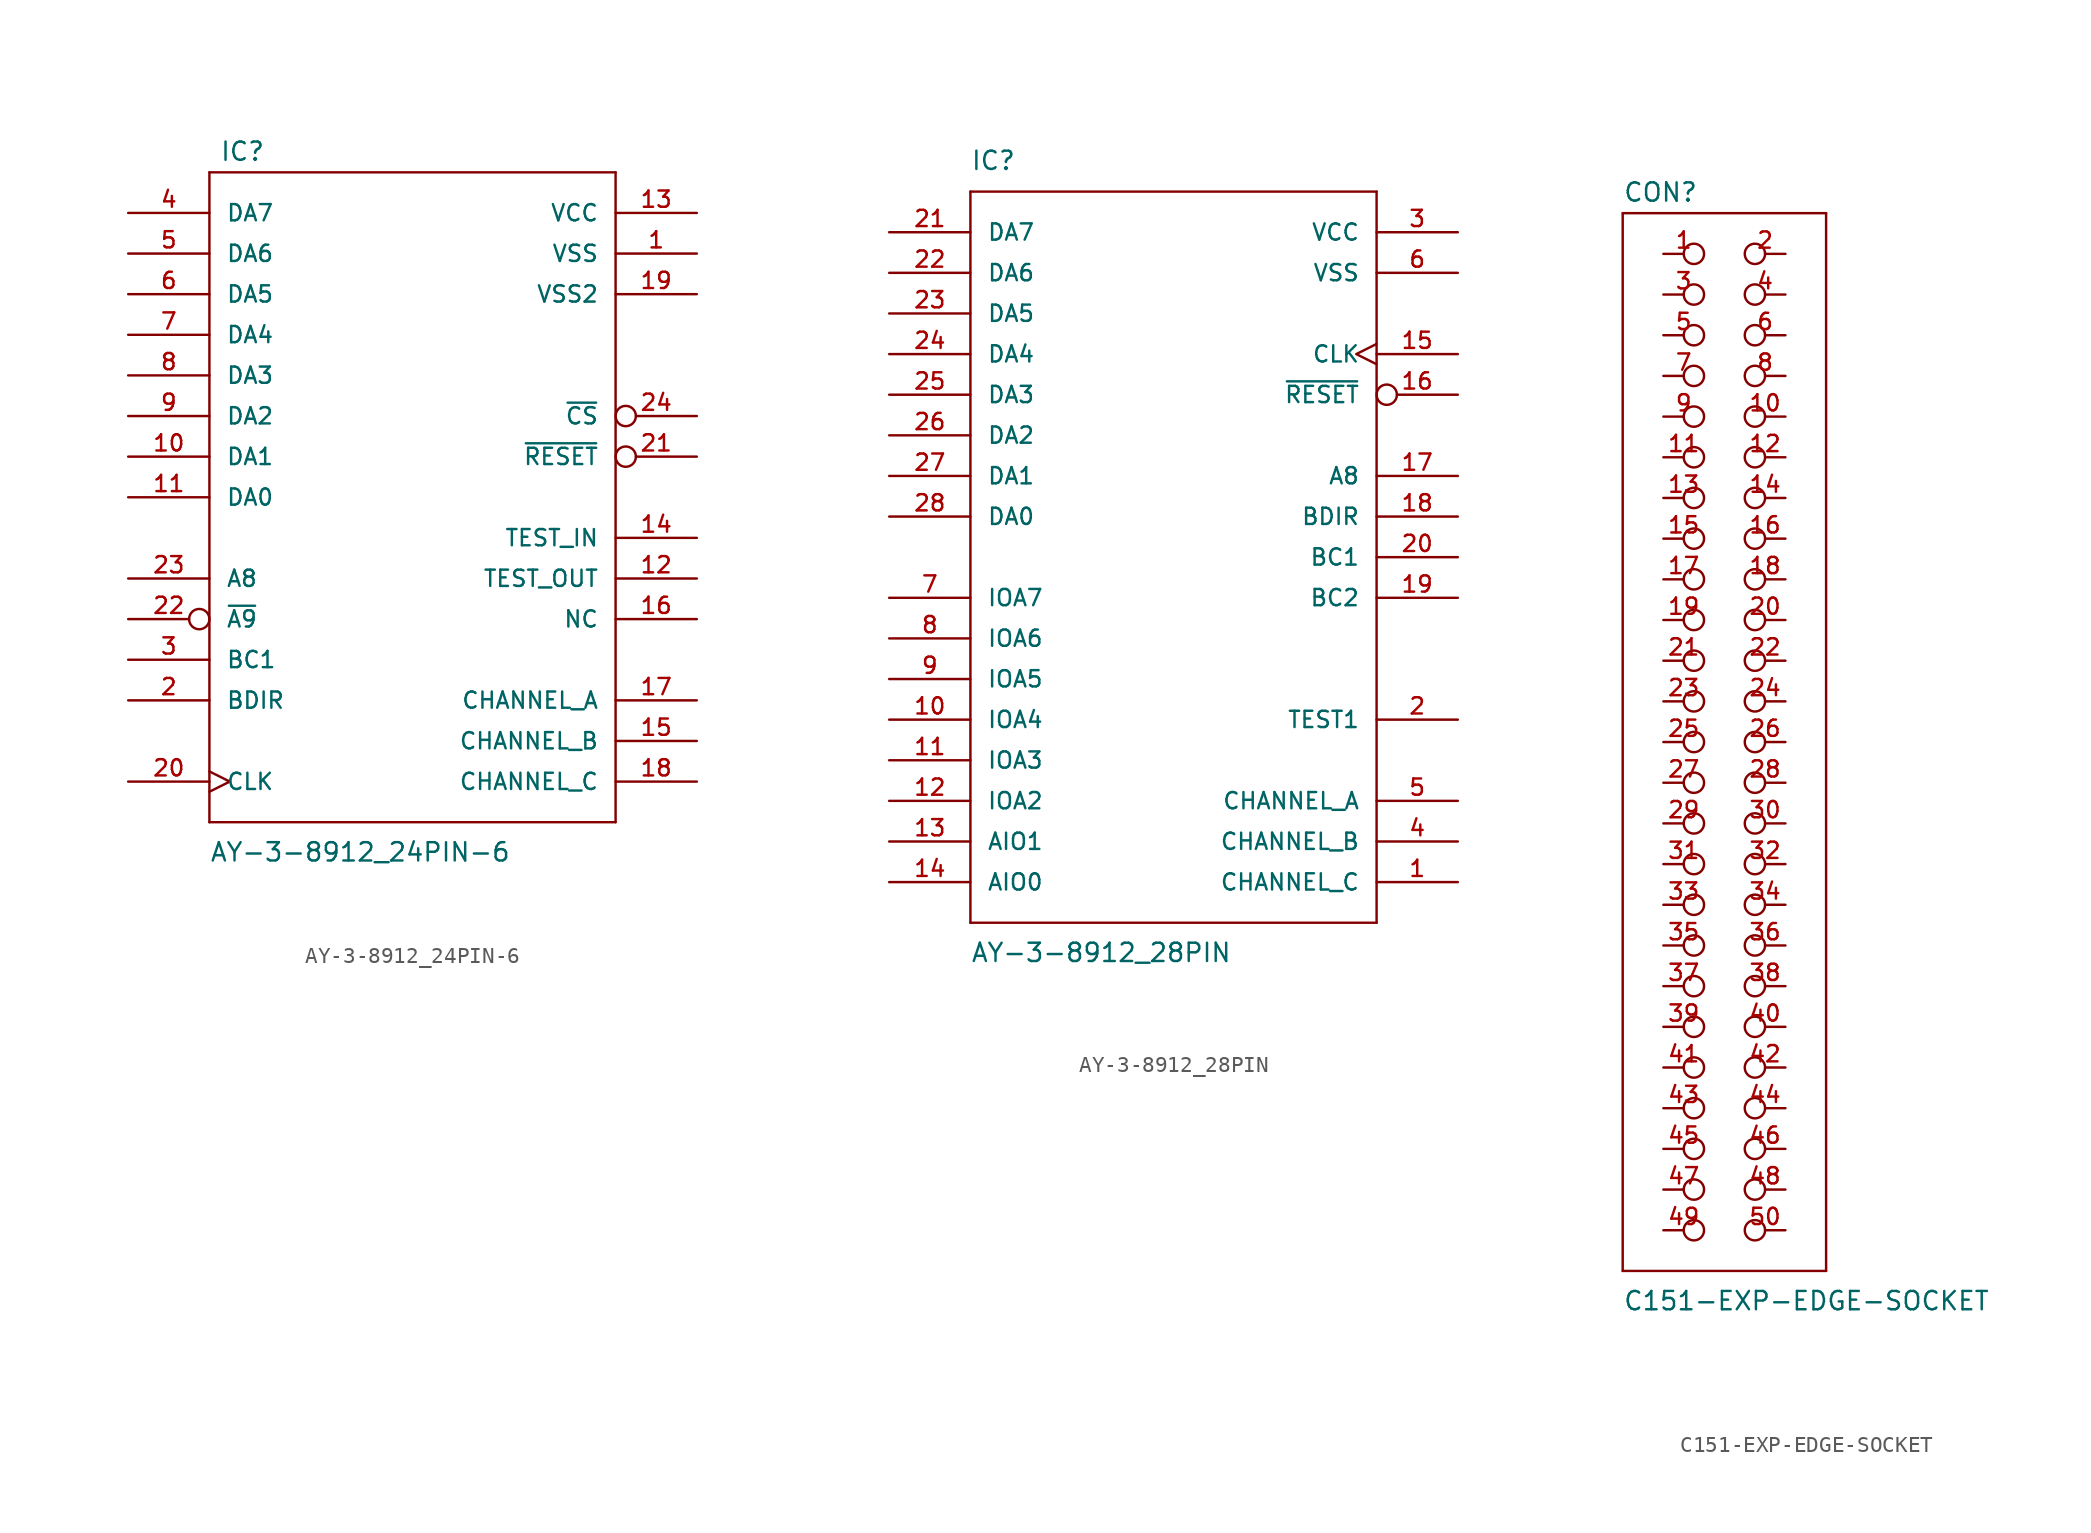
<source format=kicad_sym>
(kicad_symbol_lib
  (version 20211014)
  (generator kicad_symbol_editor)
  (symbol "AY-3-8912_24PIN-6"
    (pin_names
      (offset 1.016))
    (property "Reference" "IC"
      (at -12.065 18.415 0)
      (effects (font (size 1.143 1.143)) (justify left bottom)))
    (property "Value" "AY-3-8912_24PIN-6"
      (at -12.7 -25.4 0)
      (effects (font (size 1.143 1.143)) (justify left bottom)))
    (property "ki_locked" ""
      (at 0 0 0)
      (effects (font (size 1.27 1.27))))
    (symbol "AY-3-8912_24PIN-6_1_0"
      (polyline (pts (xy -12.7 -22.86) (xy 12.7 -22.86)) (stroke (width 0) (type default) (color 0 0 0 0)) (fill (type none)))
      (polyline (pts (xy -12.7 17.78) (xy -12.7 -22.86)) (stroke (width 0) (type default) (color 0 0 0 0)) (fill (type none)))
      (polyline (pts (xy -12.7 17.78) (xy 12.7 17.78)) (stroke (width 0) (type default) (color 0 0 0 0)) (fill (type none)))
      (polyline (pts (xy 12.7 -22.86) (xy 12.7 17.78)) (stroke (width 0) (type default) (color 0 0 0 0)) (fill (type none))))
    (symbol "AY-3-8912_24PIN-6_1_1"
      (pin power_in line (at 17.78 12.7 180) (length 5.08) (name "VSS" (effects (font (size 1.016 1.016)))) (number "1" (effects (font (size 1.016 1.016)))))
      (pin bidirectional line (at -17.78 0 0) (length 5.08) (name "DA1" (effects (font (size 1.016 1.016)))) (number "10" (effects (font (size 1.016 1.016)))))
      (pin bidirectional line (at -17.78 -2.54 0) (length 5.08) (name "DA0" (effects (font (size 1.016 1.016)))) (number "11" (effects (font (size 1.016 1.016)))))
      (pin unspecified line (at 17.78 -7.62 180) (length 5.08) (name "TEST_OUT" (effects (font (size 1.016 1.016)))) (number "12" (effects (font (size 1.016 1.016)))))
      (pin power_in line (at 17.78 15.24 180) (length 5.08) (name "VCC" (effects (font (size 1.016 1.016)))) (number "13" (effects (font (size 1.016 1.016)))))
      (pin unspecified line (at 17.78 -5.08 180) (length 5.08) (name "TEST_IN" (effects (font (size 1.016 1.016)))) (number "14" (effects (font (size 1.016 1.016)))))
      (pin output line (at 17.78 -17.78 180) (length 5.08) (name "CHANNEL_B" (effects (font (size 1.016 1.016)))) (number "15" (effects (font (size 1.016 1.016)))))
      (pin unspecified line (at 17.78 -10.16 180) (length 5.08) (name "NC" (effects (font (size 1.016 1.016)))) (number "16" (effects (font (size 1.016 1.016)))))
      (pin output line (at 17.78 -15.24 180) (length 5.08) (name "CHANNEL_A" (effects (font (size 1.016 1.016)))) (number "17" (effects (font (size 1.016 1.016)))))
      (pin output line (at 17.78 -20.32 180) (length 5.08) (name "CHANNEL_C" (effects (font (size 1.016 1.016)))) (number "18" (effects (font (size 1.016 1.016)))))
      (pin power_in line (at 17.78 10.16 180) (length 5.08) (name "VSS2" (effects (font (size 1.016 1.016)))) (number "19" (effects (font (size 1.016 1.016)))))
      (pin input line (at -17.78 -15.24 0) (length 5.08) (name "BDIR" (effects (font (size 1.016 1.016)))) (number "2" (effects (font (size 1.016 1.016)))))
      (pin input clock (at -17.78 -20.32 0) (length 5.08) (name "CLK" (effects (font (size 1.016 1.016)))) (number "20" (effects (font (size 1.016 1.016)))))
      (pin input inverted (at 17.78 0 180) (length 5.08) (name "~{RESET}" (effects (font (size 1.016 1.016)))) (number "21" (effects (font (size 1.016 1.016)))))
      (pin input inverted (at -17.78 -10.16 0) (length 5.08) (name "~{A9}" (effects (font (size 1.016 1.016)))) (number "22" (effects (font (size 1.016 1.016)))))
      (pin input line (at -17.78 -7.62 0) (length 5.08) (name "A8" (effects (font (size 1.016 1.016)))) (number "23" (effects (font (size 1.016 1.016)))))
      (pin input inverted (at 17.78 2.54 180) (length 5.08) (name "~{CS}" (effects (font (size 1.016 1.016)))) (number "24" (effects (font (size 1.016 1.016)))))
      (pin input line (at -17.78 -12.7 0) (length 5.08) (name "BC1" (effects (font (size 1.016 1.016)))) (number "3" (effects (font (size 1.016 1.016)))))
      (pin bidirectional line (at -17.78 15.24 0) (length 5.08) (name "DA7" (effects (font (size 1.016 1.016)))) (number "4" (effects (font (size 1.016 1.016)))))
      (pin bidirectional line (at -17.78 12.7 0) (length 5.08) (name "DA6" (effects (font (size 1.016 1.016)))) (number "5" (effects (font (size 1.016 1.016)))))
      (pin bidirectional line (at -17.78 10.16 0) (length 5.08) (name "DA5" (effects (font (size 1.016 1.016)))) (number "6" (effects (font (size 1.016 1.016)))))
      (pin bidirectional line (at -17.78 7.62 0) (length 5.08) (name "DA4" (effects (font (size 1.016 1.016)))) (number "7" (effects (font (size 1.016 1.016)))))
      (pin bidirectional line (at -17.78 5.08 0) (length 5.08) (name "DA3" (effects (font (size 1.016 1.016)))) (number "8" (effects (font (size 1.016 1.016)))))
      (pin bidirectional line (at -17.78 2.54 0) (length 5.08) (name "DA2" (effects (font (size 1.016 1.016)))) (number "9" (effects (font (size 1.016 1.016)))))))
  (symbol "AY-3-8912_28PIN"
    (pin_names
      (offset 1.016))
    (property "Reference" "IC"
      (at -12.7 21.59 0)
      (effects (font (size 1.143 1.143)) (justify left bottom)))
    (property "Value" "AY-3-8912_28PIN"
      (at -12.7 -27.94 0)
      (effects (font (size 1.143 1.143)) (justify left bottom)))
    (property "ki_locked" ""
      (at 0 0 0)
      (effects (font (size 1.27 1.27))))
    (symbol "AY-3-8912_28PIN_1_0"
      (polyline (pts (xy -12.7 -25.4) (xy 12.7 -25.4)) (stroke (width 0) (type default) (color 0 0 0 0)) (fill (type none)))
      (polyline (pts (xy -12.7 20.32) (xy -12.7 -25.4)) (stroke (width 0) (type default) (color 0 0 0 0)) (fill (type none)))
      (polyline (pts (xy 12.7 -25.4) (xy 12.7 20.32)) (stroke (width 0) (type default) (color 0 0 0 0)) (fill (type none)))
      (polyline (pts (xy 12.7 20.32) (xy -12.7 20.32)) (stroke (width 0) (type default) (color 0 0 0 0)) (fill (type none))))
    (symbol "AY-3-8912_28PIN_1_1"
      (pin output line (at 17.78 -22.86 180) (length 5.08) (name "CHANNEL_C" (effects (font (size 1.016 1.016)))) (number "1" (effects (font (size 1.016 1.016)))))
      (pin bidirectional line (at -17.78 -12.7 0) (length 5.08) (name "IOA4" (effects (font (size 1.016 1.016)))) (number "10" (effects (font (size 1.016 1.016)))))
      (pin bidirectional line (at -17.78 -15.24 0) (length 5.08) (name "IOA3" (effects (font (size 1.016 1.016)))) (number "11" (effects (font (size 1.016 1.016)))))
      (pin bidirectional line (at -17.78 -17.78 0) (length 5.08) (name "IOA2" (effects (font (size 1.016 1.016)))) (number "12" (effects (font (size 1.016 1.016)))))
      (pin bidirectional line (at -17.78 -20.32 0) (length 5.08) (name "AIO1" (effects (font (size 1.016 1.016)))) (number "13" (effects (font (size 1.016 1.016)))))
      (pin bidirectional line (at -17.78 -22.86 0) (length 5.08) (name "AIO0" (effects (font (size 1.016 1.016)))) (number "14" (effects (font (size 1.016 1.016)))))
      (pin input clock (at 17.78 10.16 180) (length 5.08) (name "CLK" (effects (font (size 1.016 1.016)))) (number "15" (effects (font (size 1.016 1.016)))))
      (pin input inverted (at 17.78 7.62 180) (length 5.08) (name "~{RESET}" (effects (font (size 1.016 1.016)))) (number "16" (effects (font (size 1.016 1.016)))))
      (pin input line (at 17.78 2.54 180) (length 5.08) (name "A8" (effects (font (size 1.016 1.016)))) (number "17" (effects (font (size 1.016 1.016)))))
      (pin input line (at 17.78 0 180) (length 5.08) (name "BDIR" (effects (font (size 1.016 1.016)))) (number "18" (effects (font (size 1.016 1.016)))))
      (pin input line (at 17.78 -5.08 180) (length 5.08) (name "BC2" (effects (font (size 1.016 1.016)))) (number "19" (effects (font (size 1.016 1.016)))))
      (pin unspecified line (at 17.78 -12.7 180) (length 5.08) (name "TEST1" (effects (font (size 1.016 1.016)))) (number "2" (effects (font (size 1.016 1.016)))))
      (pin input line (at 17.78 -2.54 180) (length 5.08) (name "BC1" (effects (font (size 1.016 1.016)))) (number "20" (effects (font (size 1.016 1.016)))))
      (pin bidirectional line (at -17.78 17.78 0) (length 5.08) (name "DA7" (effects (font (size 1.016 1.016)))) (number "21" (effects (font (size 1.016 1.016)))))
      (pin bidirectional line (at -17.78 15.24 0) (length 5.08) (name "DA6" (effects (font (size 1.016 1.016)))) (number "22" (effects (font (size 1.016 1.016)))))
      (pin bidirectional line (at -17.78 12.7 0) (length 5.08) (name "DA5" (effects (font (size 1.016 1.016)))) (number "23" (effects (font (size 1.016 1.016)))))
      (pin bidirectional line (at -17.78 10.16 0) (length 5.08) (name "DA4" (effects (font (size 1.016 1.016)))) (number "24" (effects (font (size 1.016 1.016)))))
      (pin bidirectional line (at -17.78 7.62 0) (length 5.08) (name "DA3" (effects (font (size 1.016 1.016)))) (number "25" (effects (font (size 1.016 1.016)))))
      (pin bidirectional line (at -17.78 5.08 0) (length 5.08) (name "DA2" (effects (font (size 1.016 1.016)))) (number "26" (effects (font (size 1.016 1.016)))))
      (pin bidirectional line (at -17.78 2.54 0) (length 5.08) (name "DA1" (effects (font (size 1.016 1.016)))) (number "27" (effects (font (size 1.016 1.016)))))
      (pin bidirectional line (at -17.78 0 0) (length 5.08) (name "DA0" (effects (font (size 1.016 1.016)))) (number "28" (effects (font (size 1.016 1.016)))))
      (pin power_in line (at 17.78 17.78 180) (length 5.08) (name "VCC" (effects (font (size 1.016 1.016)))) (number "3" (effects (font (size 1.016 1.016)))))
      (pin output line (at 17.78 -20.32 180) (length 5.08) (name "CHANNEL_B" (effects (font (size 1.016 1.016)))) (number "4" (effects (font (size 1.016 1.016)))))
      (pin output line (at 17.78 -17.78 180) (length 5.08) (name "CHANNEL_A" (effects (font (size 1.016 1.016)))) (number "5" (effects (font (size 1.016 1.016)))))
      (pin power_in line (at 17.78 15.24 180) (length 5.08) (name "VSS" (effects (font (size 1.016 1.016)))) (number "6" (effects (font (size 1.016 1.016)))))
      (pin bidirectional line (at -17.78 -5.08 0) (length 5.08) (name "IOA7" (effects (font (size 1.016 1.016)))) (number "7" (effects (font (size 1.016 1.016)))))
      (pin bidirectional line (at -17.78 -7.62 0) (length 5.08) (name "IOA6" (effects (font (size 1.016 1.016)))) (number "8" (effects (font (size 1.016 1.016)))))
      (pin bidirectional line (at -17.78 -10.16 0) (length 5.08) (name "IOA5" (effects (font (size 1.016 1.016)))) (number "9" (effects (font (size 1.016 1.016)))))))
  (symbol "C151-EXP-EDGE-SOCKET"
    (pin_names
      (offset 1.016) hide)
    (property "Reference" "CON"
      (at -5.08 33.655 0)
      (effects (font (size 1.143 1.143)) (justify left bottom)))
    (property "Value" "C151-EXP-EDGE-SOCKET"
      (at -5.08 -35.56 0)
      (effects (font (size 1.143 1.143)) (justify left bottom)))
    (property "ki_locked" ""
      (at 0 0 0)
      (effects (font (size 1.27 1.27))))
    (symbol "C151-EXP-EDGE-SOCKET_1_0"
      (polyline (pts (xy -5.08 -33.02) (xy 7.62 -33.02)) (stroke (width 0) (type default) (color 0 0 0 0)) (fill (type none)))
      (polyline (pts (xy -5.08 33.02) (xy -5.08 -33.02)) (stroke (width 0) (type default) (color 0 0 0 0)) (fill (type none)))
      (polyline (pts (xy 7.62 -33.02) (xy 7.62 33.02)) (stroke (width 0) (type default) (color 0 0 0 0)) (fill (type none)))
      (polyline (pts (xy 7.62 33.02) (xy -5.08 33.02)) (stroke (width 0) (type default) (color 0 0 0 0)) (fill (type none))))
    (symbol "C151-EXP-EDGE-SOCKET_1_1"
      (pin passive inverted (at -2.54 30.48 0) (length 2.54) (name "1" (effects (font (size 1.016 1.016)))) (number "1" (effects (font (size 1.016 1.016)))))
      (pin passive inverted (at 5.08 20.32 180) (length 2.54) (name "10" (effects (font (size 1.016 1.016)))) (number "10" (effects (font (size 1.016 1.016)))))
      (pin passive inverted (at -2.54 17.78 0) (length 2.54) (name "11" (effects (font (size 1.016 1.016)))) (number "11" (effects (font (size 1.016 1.016)))))
      (pin passive inverted (at 5.08 17.78 180) (length 2.54) (name "12" (effects (font (size 1.016 1.016)))) (number "12" (effects (font (size 1.016 1.016)))))
      (pin passive inverted (at -2.54 15.24 0) (length 2.54) (name "13" (effects (font (size 1.016 1.016)))) (number "13" (effects (font (size 1.016 1.016)))))
      (pin passive inverted (at 5.08 15.24 180) (length 2.54) (name "14" (effects (font (size 1.016 1.016)))) (number "14" (effects (font (size 1.016 1.016)))))
      (pin passive inverted (at -2.54 12.7 0) (length 2.54) (name "15" (effects (font (size 1.016 1.016)))) (number "15" (effects (font (size 1.016 1.016)))))
      (pin passive inverted (at 5.08 12.7 180) (length 2.54) (name "16" (effects (font (size 1.016 1.016)))) (number "16" (effects (font (size 1.016 1.016)))))
      (pin passive inverted (at -2.54 10.16 0) (length 2.54) (name "17" (effects (font (size 1.016 1.016)))) (number "17" (effects (font (size 1.016 1.016)))))
      (pin passive inverted (at 5.08 10.16 180) (length 2.54) (name "18" (effects (font (size 1.016 1.016)))) (number "18" (effects (font (size 1.016 1.016)))))
      (pin passive inverted (at -2.54 7.62 0) (length 2.54) (name "19" (effects (font (size 1.016 1.016)))) (number "19" (effects (font (size 1.016 1.016)))))
      (pin passive inverted (at 5.08 30.48 180) (length 2.54) (name "2" (effects (font (size 1.016 1.016)))) (number "2" (effects (font (size 1.016 1.016)))))
      (pin passive inverted (at 5.08 7.62 180) (length 2.54) (name "20" (effects (font (size 1.016 1.016)))) (number "20" (effects (font (size 1.016 1.016)))))
      (pin passive inverted (at -2.54 5.08 0) (length 2.54) (name "21" (effects (font (size 1.016 1.016)))) (number "21" (effects (font (size 1.016 1.016)))))
      (pin passive inverted (at 5.08 5.08 180) (length 2.54) (name "22" (effects (font (size 1.016 1.016)))) (number "22" (effects (font (size 1.016 1.016)))))
      (pin passive inverted (at -2.54 2.54 0) (length 2.54) (name "23" (effects (font (size 1.016 1.016)))) (number "23" (effects (font (size 1.016 1.016)))))
      (pin passive inverted (at 5.08 2.54 180) (length 2.54) (name "24" (effects (font (size 1.016 1.016)))) (number "24" (effects (font (size 1.016 1.016)))))
      (pin passive inverted (at -2.54 0 0) (length 2.54) (name "25" (effects (font (size 1.016 1.016)))) (number "25" (effects (font (size 1.016 1.016)))))
      (pin passive inverted (at 5.08 0 180) (length 2.54) (name "26" (effects (font (size 1.016 1.016)))) (number "26" (effects (font (size 1.016 1.016)))))
      (pin passive inverted (at -2.54 -2.54 0) (length 2.54) (name "27" (effects (font (size 1.016 1.016)))) (number "27" (effects (font (size 1.016 1.016)))))
      (pin passive inverted (at 5.08 -2.54 180) (length 2.54) (name "28" (effects (font (size 1.016 1.016)))) (number "28" (effects (font (size 1.016 1.016)))))
      (pin passive inverted (at -2.54 -5.08 0) (length 2.54) (name "29" (effects (font (size 1.016 1.016)))) (number "29" (effects (font (size 1.016 1.016)))))
      (pin passive inverted (at -2.54 27.94 0) (length 2.54) (name "3" (effects (font (size 1.016 1.016)))) (number "3" (effects (font (size 1.016 1.016)))))
      (pin passive inverted (at 5.08 -5.08 180) (length 2.54) (name "30" (effects (font (size 1.016 1.016)))) (number "30" (effects (font (size 1.016 1.016)))))
      (pin passive inverted (at -2.54 -7.62 0) (length 2.54) (name "31" (effects (font (size 1.016 1.016)))) (number "31" (effects (font (size 1.016 1.016)))))
      (pin passive inverted (at 5.08 -7.62 180) (length 2.54) (name "32" (effects (font (size 1.016 1.016)))) (number "32" (effects (font (size 1.016 1.016)))))
      (pin passive inverted (at -2.54 -10.16 0) (length 2.54) (name "33" (effects (font (size 1.016 1.016)))) (number "33" (effects (font (size 1.016 1.016)))))
      (pin passive inverted (at 5.08 -10.16 180) (length 2.54) (name "34" (effects (font (size 1.016 1.016)))) (number "34" (effects (font (size 1.016 1.016)))))
      (pin passive inverted (at -2.54 -12.7 0) (length 2.54) (name "35" (effects (font (size 1.016 1.016)))) (number "35" (effects (font (size 1.016 1.016)))))
      (pin passive inverted (at 5.08 -12.7 180) (length 2.54) (name "36" (effects (font (size 1.016 1.016)))) (number "36" (effects (font (size 1.016 1.016)))))
      (pin passive inverted (at -2.54 -15.24 0) (length 2.54) (name "37" (effects (font (size 1.016 1.016)))) (number "37" (effects (font (size 1.016 1.016)))))
      (pin passive inverted (at 5.08 -15.24 180) (length 2.54) (name "38" (effects (font (size 1.016 1.016)))) (number "38" (effects (font (size 1.016 1.016)))))
      (pin passive inverted (at -2.54 -17.78 0) (length 2.54) (name "39" (effects (font (size 1.016 1.016)))) (number "39" (effects (font (size 1.016 1.016)))))
      (pin passive inverted (at 5.08 27.94 180) (length 2.54) (name "4" (effects (font (size 1.016 1.016)))) (number "4" (effects (font (size 1.016 1.016)))))
      (pin passive inverted (at 5.08 -17.78 180) (length 2.54) (name "40" (effects (font (size 1.016 1.016)))) (number "40" (effects (font (size 1.016 1.016)))))
      (pin passive inverted (at -2.54 -20.32 0) (length 2.54) (name "41" (effects (font (size 1.016 1.016)))) (number "41" (effects (font (size 1.016 1.016)))))
      (pin passive inverted (at 5.08 -20.32 180) (length 2.54) (name "42" (effects (font (size 1.016 1.016)))) (number "42" (effects (font (size 1.016 1.016)))))
      (pin passive inverted (at -2.54 -22.86 0) (length 2.54) (name "43" (effects (font (size 1.016 1.016)))) (number "43" (effects (font (size 1.016 1.016)))))
      (pin passive inverted (at 5.08 -22.86 180) (length 2.54) (name "44" (effects (font (size 1.016 1.016)))) (number "44" (effects (font (size 1.016 1.016)))))
      (pin passive inverted (at -2.54 -25.4 0) (length 2.54) (name "45" (effects (font (size 1.016 1.016)))) (number "45" (effects (font (size 1.016 1.016)))))
      (pin passive inverted (at 5.08 -25.4 180) (length 2.54) (name "46" (effects (font (size 1.016 1.016)))) (number "46" (effects (font (size 1.016 1.016)))))
      (pin passive inverted (at -2.54 -27.94 0) (length 2.54) (name "47" (effects (font (size 1.016 1.016)))) (number "47" (effects (font (size 1.016 1.016)))))
      (pin passive inverted (at 5.08 -27.94 180) (length 2.54) (name "48" (effects (font (size 1.016 1.016)))) (number "48" (effects (font (size 1.016 1.016)))))
      (pin passive inverted (at -2.54 -30.48 0) (length 2.54) (name "49" (effects (font (size 1.016 1.016)))) (number "49" (effects (font (size 1.016 1.016)))))
      (pin passive inverted (at -2.54 25.4 0) (length 2.54) (name "5" (effects (font (size 1.016 1.016)))) (number "5" (effects (font (size 1.016 1.016)))))
      (pin passive inverted (at 5.08 -30.48 180) (length 2.54) (name "50" (effects (font (size 1.016 1.016)))) (number "50" (effects (font (size 1.016 1.016)))))
      (pin passive inverted (at 5.08 25.4 180) (length 2.54) (name "6" (effects (font (size 1.016 1.016)))) (number "6" (effects (font (size 1.016 1.016)))))
      (pin passive inverted (at -2.54 22.86 0) (length 2.54) (name "7" (effects (font (size 1.016 1.016)))) (number "7" (effects (font (size 1.016 1.016)))))
      (pin passive inverted (at 5.08 22.86 180) (length 2.54) (name "8" (effects (font (size 1.016 1.016)))) (number "8" (effects (font (size 1.016 1.016)))))
      (pin passive inverted (at -2.54 20.32 0) (length 2.54) (name "9" (effects (font (size 1.016 1.016)))) (number "9" (effects (font (size 1.016 1.016))))))))
</source>
